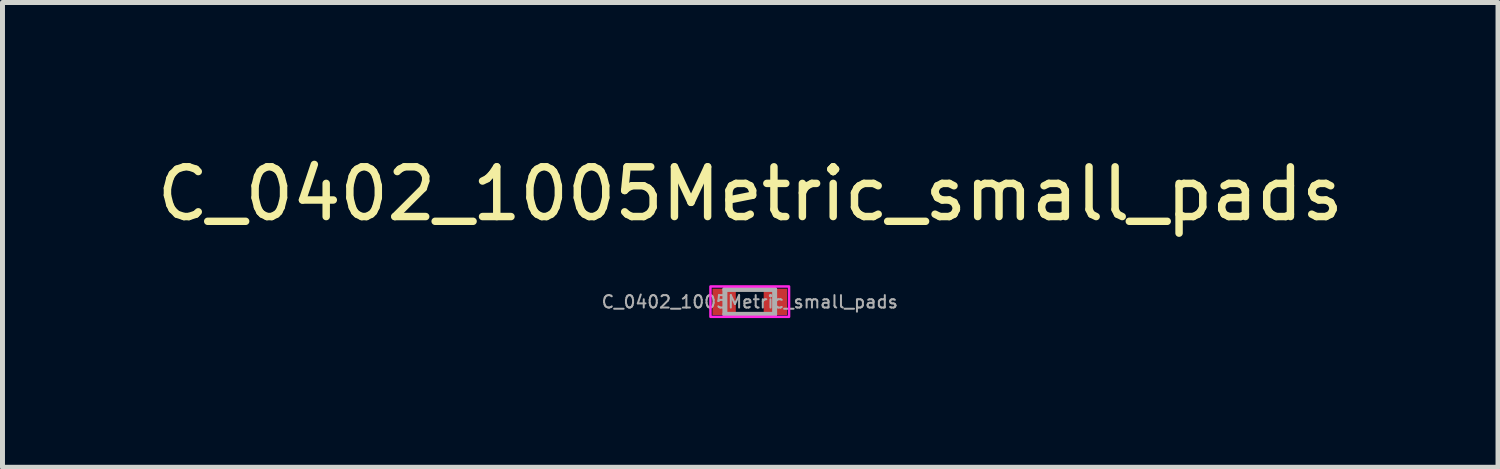
<source format=kicad_pcb>
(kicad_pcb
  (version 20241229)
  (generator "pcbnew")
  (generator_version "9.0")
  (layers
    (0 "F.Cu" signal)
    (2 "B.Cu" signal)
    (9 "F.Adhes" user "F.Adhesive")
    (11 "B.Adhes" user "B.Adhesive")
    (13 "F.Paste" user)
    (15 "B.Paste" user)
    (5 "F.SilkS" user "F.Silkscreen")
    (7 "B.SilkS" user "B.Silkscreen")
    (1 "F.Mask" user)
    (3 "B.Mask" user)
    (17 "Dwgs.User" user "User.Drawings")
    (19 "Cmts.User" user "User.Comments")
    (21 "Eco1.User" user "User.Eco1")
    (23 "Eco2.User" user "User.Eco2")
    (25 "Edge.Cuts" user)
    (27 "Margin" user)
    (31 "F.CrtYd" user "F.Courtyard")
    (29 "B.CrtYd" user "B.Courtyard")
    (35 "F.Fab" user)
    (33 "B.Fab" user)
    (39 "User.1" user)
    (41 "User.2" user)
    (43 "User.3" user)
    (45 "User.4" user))
  (footprint "C_0402_1005Metric_small_pads"
    (layer "F.Cu")
    (at 12.02 3.018)
    (property "Reference" "C_0402_1005Metric_small_pads" (at 0.01 -2.17 0) (layer "F.SilkS") (effects (font (size 1 1) (thickness 0.15))))
    (attr smd)
    (fp_rect (start -0.79 -0.31) (end 0.79 0.3) (stroke (width 0.05) (type default)) (fill no) (layer "F.CrtYd"))
    (fp_line (start -0.5 -0.25) (end 0.5 -0.25) (stroke (width 0.1) (type solid)) (layer "F.Fab"))
    (fp_line (start -0.5 0.25) (end -0.5 -0.25) (stroke (width 0.1) (type solid)) (layer "F.Fab"))
    (fp_line (start 0.5 -0.25) (end 0.5 0.25) (stroke (width 0.1) (type solid)) (layer "F.Fab"))
    (fp_line (start 0.5 0.25) (end -0.5 0.25) (stroke (width 0.1) (type solid)) (layer "F.Fab"))
    (fp_text user "${REFERENCE}" (at 0 0 0) (layer "F.Fab") (effects (font (size 0.25 0.25) (thickness 0.04))))
    (pad "1" smd rect (at -0.515 0) (size 0.47 0.53) (layers "F.Cu" "F.Mask" "F.Paste"))
    (pad "2" smd rect (at 0.515 0) (size 0.47 0.53) (layers "F.Cu" "F.Mask" "F.Paste")))
  (gr_rect
    (start -3 -3)
    (end 27.06 6.343)
    (stroke (width 0.1) (type default))
    (fill no)
    (layer "Edge.Cuts")))
</source>
